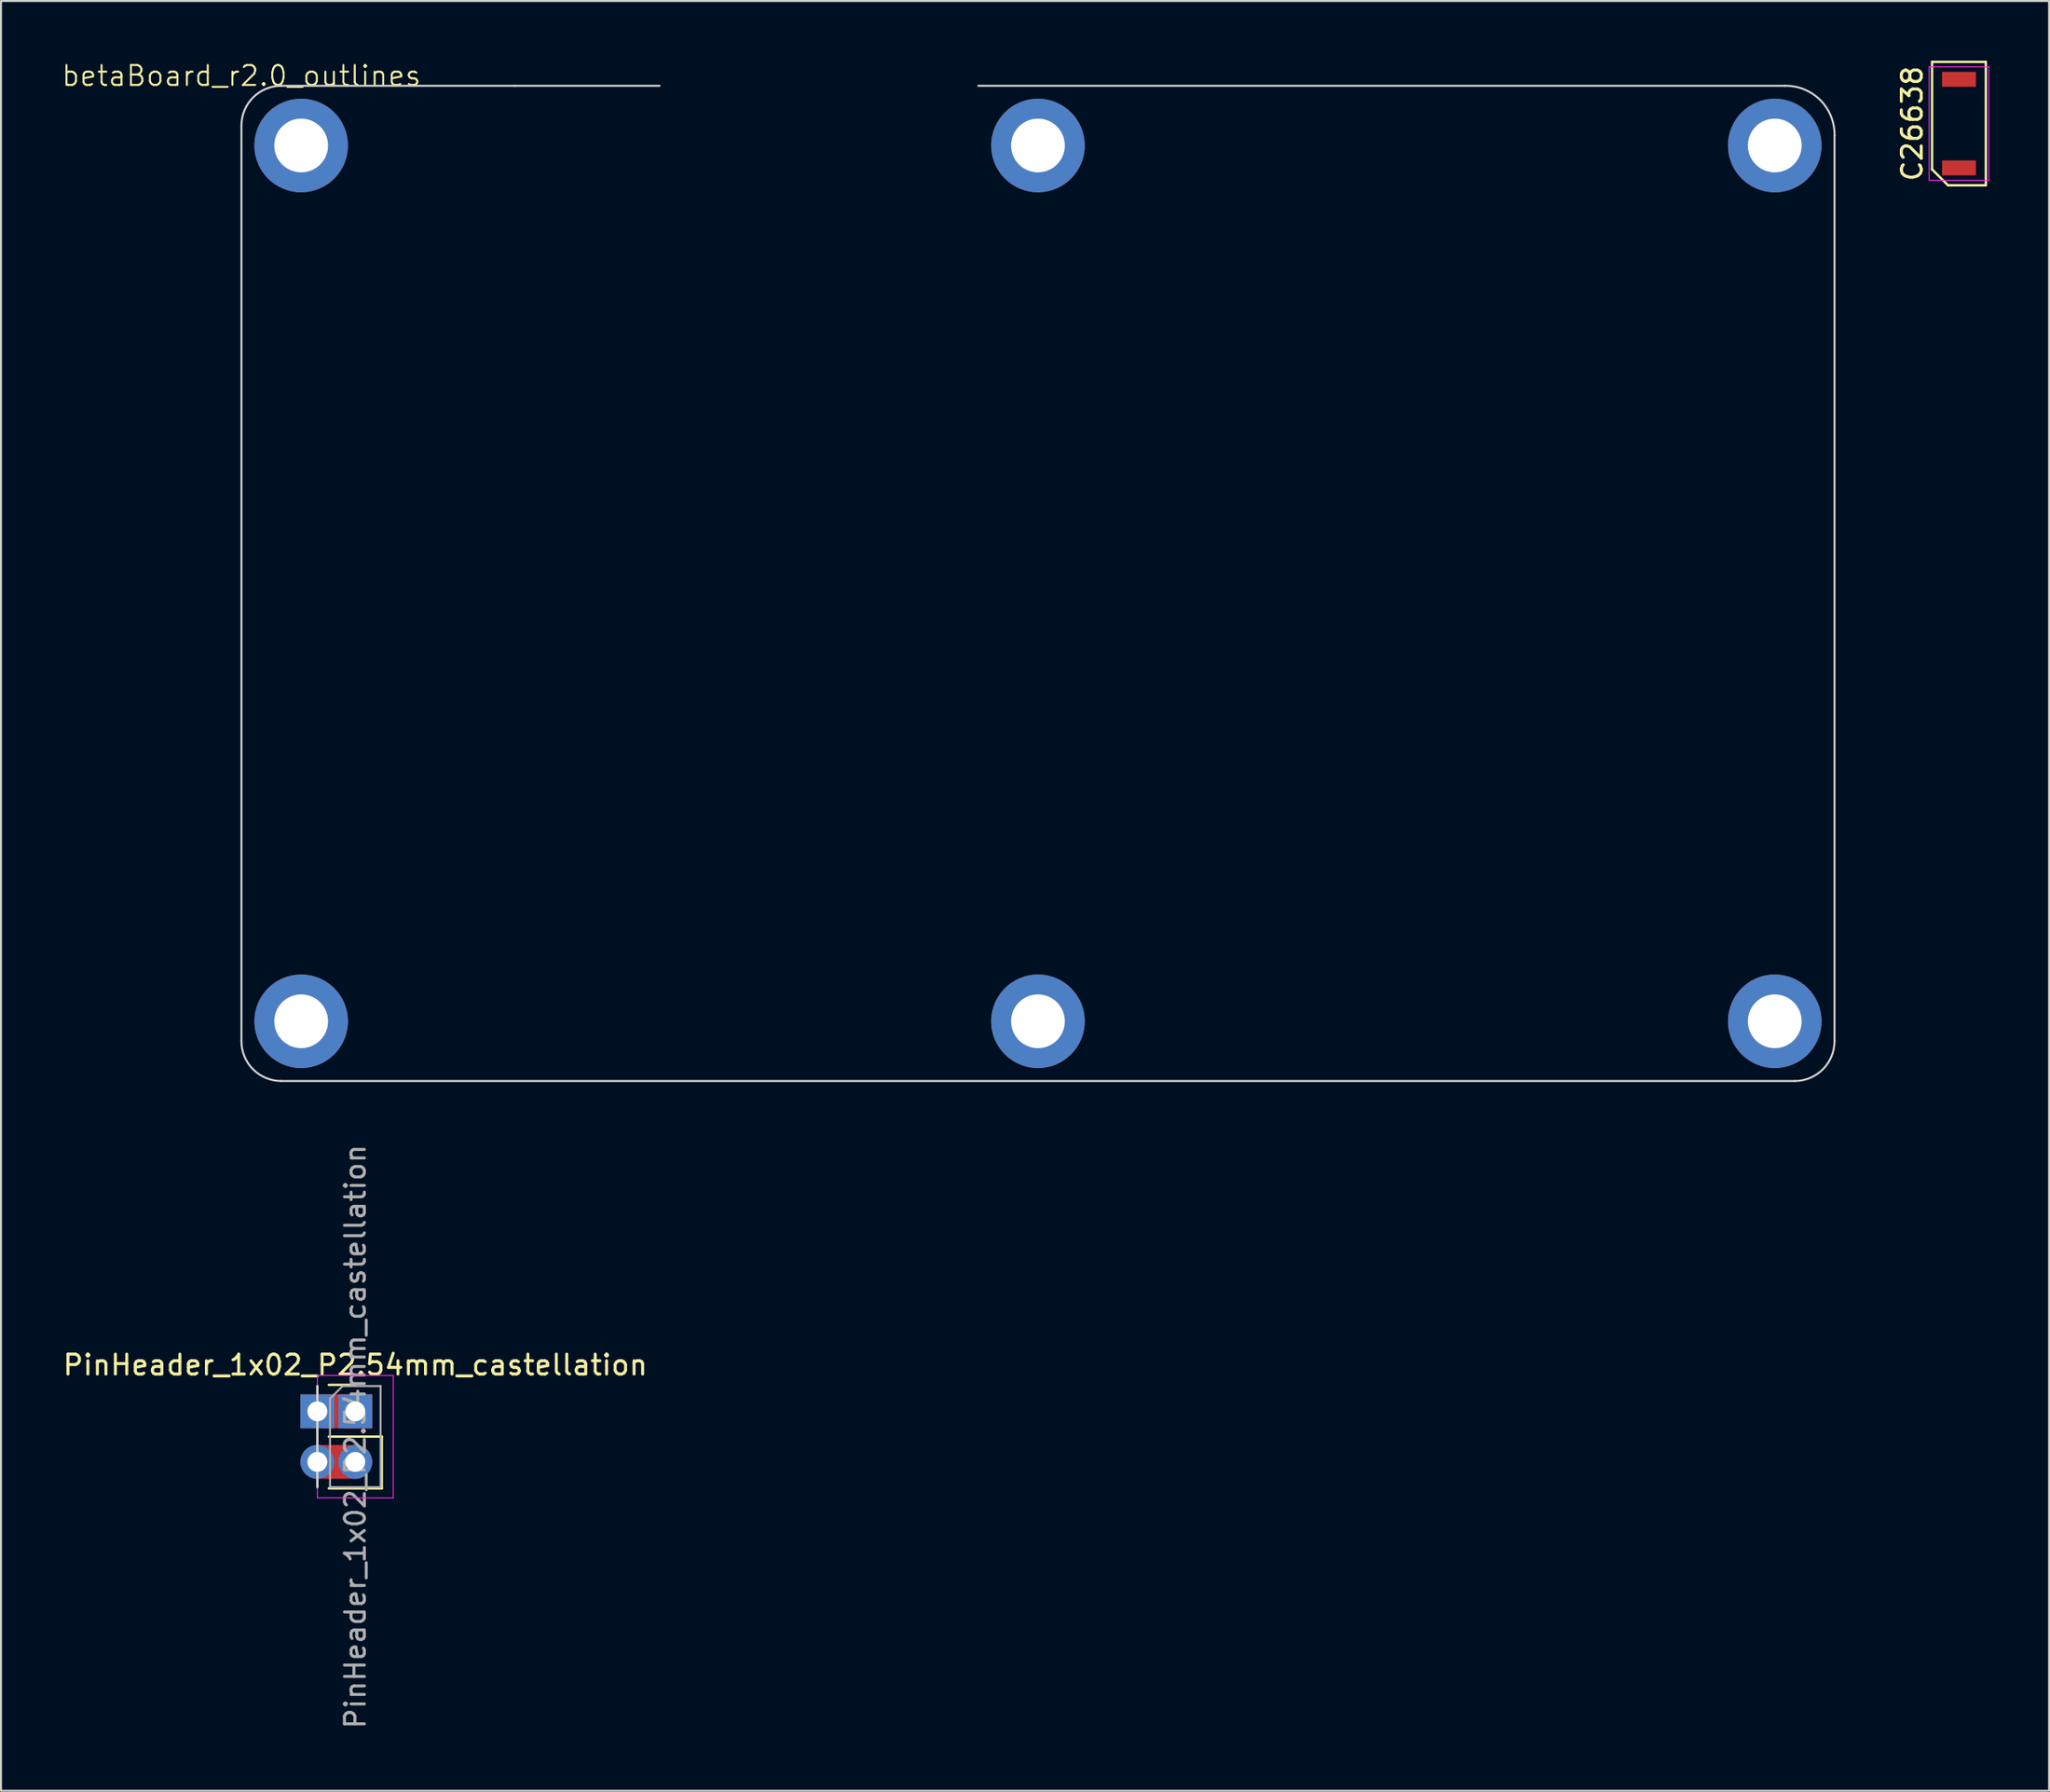
<source format=kicad_pcb>
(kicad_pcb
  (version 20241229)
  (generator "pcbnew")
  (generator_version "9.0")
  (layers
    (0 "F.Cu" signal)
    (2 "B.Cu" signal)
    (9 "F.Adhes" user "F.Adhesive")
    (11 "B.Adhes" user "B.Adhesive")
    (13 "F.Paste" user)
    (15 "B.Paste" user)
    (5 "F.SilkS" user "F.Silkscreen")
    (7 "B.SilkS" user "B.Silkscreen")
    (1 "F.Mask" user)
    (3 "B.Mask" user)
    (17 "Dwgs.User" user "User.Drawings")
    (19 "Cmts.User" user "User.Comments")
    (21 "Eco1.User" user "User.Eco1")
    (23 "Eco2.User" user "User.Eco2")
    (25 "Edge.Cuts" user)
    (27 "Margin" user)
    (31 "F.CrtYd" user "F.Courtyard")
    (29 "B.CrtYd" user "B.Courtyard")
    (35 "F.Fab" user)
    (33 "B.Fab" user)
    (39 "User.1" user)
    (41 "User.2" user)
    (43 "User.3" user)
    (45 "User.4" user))
  (footprint "betaBoard_r2.0_outlines"
    (layer "F.Cu")
    (at 9.074 1.26)
    (property "Reference" "betaBoard_r2.0_outlines" (at 0 -0.5 0) (unlocked yes) (layer "F.SilkS") (effects (font (size 1 1) (thickness 0.1))))
    (fp_line (start 0 48) (end 0 2) (stroke (width 0.1) (type solid)) (layer "Edge.Cuts"))
    (fp_line (start 2 0) (end 13.742 0) (stroke (width 0.1) (type solid)) (layer "Edge.Cuts"))
    (fp_line (start 13.742 0) (end 21 0) (stroke (width 0.1) (type solid)) (layer "Edge.Cuts"))
    (fp_line (start 37 0) (end 77.503 0) (stroke (width 0.1) (type solid)) (layer "Edge.Cuts"))
    (fp_line (start 78 50) (end 2 50) (stroke (width 0.1) (type solid)) (layer "Edge.Cuts"))
    (fp_line (start 80 2.5) (end 80 48) (stroke (width 0.1) (type solid)) (layer "Edge.Cuts"))
    (fp_arc (start 0 2) (mid 0.585786 0.585786) (end 2 0) (stroke (width 0.1) (type solid)) (layer "Edge.Cuts"))
    (fp_arc (start 2 50) (mid 0.585786 49.414214) (end 0 48) (stroke (width 0.1) (type solid)) (layer "Edge.Cuts"))
    (fp_arc (start 77.502643 0) (mid 79.286007 0.716653) (end 80.002643 2.5) (stroke (width 0.1) (type solid)) (layer "Edge.Cuts"))
    (fp_arc (start 80 48) (mid 79.414214 49.414214) (end 78 50) (stroke (width 0.1) (type solid)) (layer "Edge.Cuts"))
    (fp_line (start 5 42) (end 5 8) (stroke (width 0.15) (type default)) (layer "User.2"))
    (fp_line (start 7 6) (end 14 6) (stroke (width 0.15) (type default)) (layer "User.2"))
    (fp_line (start 14 6) (end 16.5 8) (stroke (width 0.15) (type default)) (layer "User.2"))
    (fp_line (start 16.5 8) (end 19.5 8) (stroke (width 0.15) (type default)) (layer "User.2"))
    (fp_line (start 19.5 8) (end 22.5 11) (stroke (width 0.15) (type default)) (layer "User.2"))
    (fp_line (start 21 0) (end 21 5) (stroke (width 0.15) (type default)) (layer "User.2"))
    (fp_line (start 21 5) (end 23 7) (stroke (width 0.15) (type default)) (layer "User.2"))
    (fp_line (start 22.5 11) (end 31.586 11) (stroke (width 0.15) (type default)) (layer "User.2"))
    (fp_line (start 23 7) (end 34 7) (stroke (width 0.15) (type default)) (layer "User.2"))
    (fp_line (start 31 7) (end 32.5 5.5) (stroke (width 0.15) (type default)) (layer "User.2"))
    (fp_line (start 31.5 44) (end 7 44) (stroke (width 0.15) (type default)) (layer "User.2"))
    (fp_line (start 32.5 5.5) (end 32.5 0) (stroke (width 0.15) (type default)) (layer "User.2"))
    (fp_line (start 33 7) (end 35.5 9.5) (stroke (width 0.15) (type default)) (layer "User.2"))
    (fp_line (start 33.5 12.914) (end 33.5 18) (stroke (width 0.15) (type default)) (layer "User.2"))
    (fp_line (start 33.5 18) (end 33.5 29) (stroke (width 0.15) (type default)) (layer "User.2"))
    (fp_line (start 33.5 18) (end 39.5 18) (stroke (width 0.15) (type default)) (layer "User.2"))
    (fp_line (start 33.5 29) (end 33.5 42) (stroke (width 0.15) (type default)) (layer "User.2"))
    (fp_line (start 33.5 42) (end 33.5 50) (stroke (width 0.15) (type default)) (layer "User.2"))
    (fp_line (start 34 7) (end 37 4) (stroke (width 0.15) (type default)) (layer "User.2"))
    (fp_line (start 35.5 9.5) (end 39.5 9.5) (stroke (width 0.15) (type default)) (layer "User.2"))
    (fp_line (start 36.5 7.5) (end 35 6) (stroke (width 0.15) (type default)) (layer "User.2"))
    (fp_line (start 37 4) (end 37 0) (stroke (width 0.15) (type default)) (layer "User.2"))
    (fp_line (start 39.5 7.5) (end 36.5 7.5) (stroke (width 0.15) (type default)) (layer "User.2"))
    (fp_line (start 39.5 18) (end 39.5 8) (stroke (width 0.15) (type default)) (layer "User.2"))
    (fp_line (start 39.5 18) (end 39.5 29) (stroke (width 0.15) (type default)) (layer "User.2"))
    (fp_line (start 39.5 29) (end 33.5 29) (stroke (width 0.15) (type default)) (layer "User.2"))
    (fp_line (start 39.5 42) (end 39.5 29) (stroke (width 0.15) (type default)) (layer "User.2"))
    (fp_line (start 41.5 6) (end 72 6) (stroke (width 0.15) (type default)) (layer "User.2"))
    (fp_line (start 59.5 8) (end 59.5 22.5) (stroke (width 0.15) (type default)) (layer "User.2"))
    (fp_line (start 67 36.25) (end 67 41.5) (stroke (width 0.15) (type default)) (layer "User.2"))
    (fp_line (start 69 34.25) (end 71.25 34.25) (stroke (width 0.15) (type default)) (layer "User.2"))
    (fp_line (start 69 43.5) (end 71.25 43.5) (stroke (width 0.15) (type default)) (layer "User.2"))
    (fp_line (start 72 24.5) (end 61.5 24.5) (stroke (width 0.15) (type default)) (layer "User.2"))
    (fp_line (start 72 44) (end 41.5 44) (stroke (width 0.15) (type default)) (layer "User.2"))
    (fp_line (start 73.25 36.25) (end 73.25 41.5) (stroke (width 0.15) (type default)) (layer "User.2"))
    (fp_line (start 74 8) (end 74 42) (stroke (width 0.15) (type default)) (layer "User.2"))
    (fp_rect (start 5.75 21.5) (end 11 29.25) (stroke (width 0.15) (type default)) (fill no) (layer "User.2"))
    (fp_rect (start 6.25 39.25) (end 22.75 43) (stroke (width 0.15) (type default)) (fill no) (layer "User.2"))
    (fp_rect (start 6.75 30) (end 10.75 38.75) (stroke (width 0.15) (type default)) (fill no) (layer "User.2"))
    (fp_rect (start 23.75 33.875) (end 27.5 42.5) (stroke (width 0.15) (type default)) (fill no) (layer "User.2"))
    (fp_rect (start 28 33.75) (end 33 41.5) (stroke (width 0.15) (type default)) (fill no) (layer "User.2"))
    (fp_arc (start 5 8) (mid 5.585786 6.585786) (end 7 6) (stroke (width 0.15) (type default)) (layer "User.2"))
    (fp_arc (start 7 44) (mid 5.585786 43.414214) (end 5 42) (stroke (width 0.15) (type default)) (layer "User.2"))
    (fp_arc (start 31.585786 11) (mid 32.939344 11.560656) (end 33.5 12.914214) (stroke (width 0.15) (type default)) (layer "User.2"))
    (fp_arc (start 33.5 42) (mid 32.914214 43.414214) (end 31.5 44) (stroke (width 0.15) (type default)) (layer "User.2"))
    (fp_arc (start 39.5 8) (mid 40.085786 6.585786) (end 41.5 6) (stroke (width 0.15) (type default)) (layer "User.2"))
    (fp_arc (start 41.5 44) (mid 40.085786 43.414214) (end 39.5 42) (stroke (width 0.15) (type default)) (layer "User.2"))
    (fp_arc (start 59.5 8) (mid 60.085786 6.585786) (end 61.5 6) (stroke (width 0.15) (type default)) (layer "User.2"))
    (fp_arc (start 61.5 24.5) (mid 60.085786 23.914214) (end 59.5 22.5) (stroke (width 0.15) (type default)) (layer "User.2"))
    (fp_arc (start 67 36.25) (mid 67.585786 34.835786) (end 69 34.25) (stroke (width 0.15) (type default)) (layer "User.2"))
    (fp_arc (start 69 43.5) (mid 67.585786 42.914214) (end 67 41.5) (stroke (width 0.15) (type default)) (layer "User.2"))
    (fp_arc (start 71.25 34.25) (mid 72.664214 34.835786) (end 73.25 36.25) (stroke (width 0.15) (type default)) (layer "User.2"))
    (fp_arc (start 72 6) (mid 73.414214 6.585786) (end 74 8) (stroke (width 0.15) (type default)) (layer "User.2"))
    (fp_arc (start 73.25 41.5) (mid 72.664214 42.914214) (end 71.25 43.5) (stroke (width 0.15) (type default)) (layer "User.2"))
    (fp_arc (start 74 22.5) (mid 73.414214 23.914214) (end 72 24.5) (stroke (width 0.15) (type default)) (layer "User.2"))
    (fp_arc (start 74 42) (mid 73.414214 43.414214) (end 72 44) (stroke (width 0.15) (type default)) (layer "User.2"))
    (fp_circle (center 30 27.27) (end 31.228 27.27) (stroke (width 0.2) (type default)) (fill no) (layer "User.2"))
    (pad "1" thru_hole circle (at 3 3) (size 4.7 4.7) (drill 2.7) (layers "*.Cu" "*.Mask"))
    (pad "1" thru_hole circle (at 3 47) (size 4.7 4.7) (drill 2.7) (layers "*.Cu" "*.Mask"))
    (pad "1" thru_hole circle (at 40 3) (size 4.7 4.7) (drill 2.7) (layers "*.Cu" "*.Mask"))
    (pad "1" thru_hole circle (at 40 47 45) (size 4.7 4.7) (drill 2.7) (layers "*.Cu" "*.Mask"))
    (pad "1" thru_hole circle (at 77 3 45) (size 4.7 4.7) (drill 2.7) (layers "*.Cu" "*.Mask"))
    (pad "1" thru_hole circle (at 77 47 45) (size 4.7 4.7) (drill 2.7) (layers "*.Cu" "*.Mask")))
  (footprint "C26638"
    (layer "F.Cu")
    (at 95.325 3.16)
    (property "Reference" "C26638" (at -2.35 0 90) (layer "F.SilkS") (effects (font (size 1 1) (thickness 0.15))))
    (attr smd)
    (fp_line (start -1.35 -3.1) (end 1.35 -3.1) (stroke (width 0.12) (type solid)) (layer "F.SilkS"))
    (fp_line (start -1.35 2.3) (end -1.35 -3.1) (stroke (width 0.12) (type solid)) (layer "F.SilkS"))
    (fp_line (start -0.55 3.1) (end -1.35 2.3) (stroke (width 0.12) (type solid)) (layer "F.SilkS"))
    (fp_line (start 1.35 -3.1) (end 1.35 3.1) (stroke (width 0.12) (type solid)) (layer "F.SilkS"))
    (fp_line (start 1.35 3.1) (end -0.55 3.1) (stroke (width 0.12) (type solid)) (layer "F.SilkS"))
    (fp_line (start -1.5 -2.85) (end 1.5 -2.85) (stroke (width 0.05) (type solid)) (layer "F.CrtYd"))
    (fp_line (start -1.5 2.85) (end -1.5 -2.85) (stroke (width 0.05) (type solid)) (layer "F.CrtYd"))
    (fp_line (start 1.5 -2.85) (end 1.5 2.85) (stroke (width 0.05) (type solid)) (layer "F.CrtYd"))
    (fp_line (start 1.5 2.85) (end -1.5 2.85) (stroke (width 0.05) (type solid)) (layer "F.CrtYd"))
    (pad "1" smd rect (at 0 2.225) (size 1.7 0.75) (layers "F.Cu" "F.Mask" "F.Paste"))
    (pad "2" smd rect (at 0 -2.225) (size 1.7 0.75) (layers "F.Cu" "F.Mask" "F.Paste")))
  (footprint "PinHeader_1x02_P2.54mm_castellation"
    (layer "F.Cu")
    (at 12.887 67.857)
    (property "Reference" "PinHeader_1x02_P2.54mm_castellation" (at 1.905 -2.33 0) (layer "F.SilkS") (effects (font (size 1 1) (thickness 0.15))))
    (attr through_hole)
    (fp_line (start 0.575 -1.33) (end 1.905 -1.33) (stroke (width 0.12) (type solid)) (layer "F.SilkS"))
    (fp_line (start 0.575 1.27) (end 3.235 1.27) (stroke (width 0.12) (type solid)) (layer "F.SilkS"))
    (fp_line (start 0.575 3.87) (end 3.235 3.87) (stroke (width 0.12) (type solid)) (layer "F.SilkS"))
    (fp_line (start 3.235 1.27) (end 3.235 3.87) (stroke (width 0.12) (type solid)) (layer "F.SilkS"))
    (fp_line (start 0 -1.27) (end 0 3.81) (stroke (width 0.12) (type solid)) (layer "Edge.Cuts"))
    (fp_line (start 0 -1.805) (end 0 4.345) (stroke (width 0.05) (type solid)) (layer "F.CrtYd"))
    (fp_line (start 0 4.345) (end 3.81 4.35) (stroke (width 0.05) (type solid)) (layer "F.CrtYd"))
    (fp_line (start 3.81 -1.8) (end 0 -1.805) (stroke (width 0.05) (type solid)) (layer "F.CrtYd"))
    (fp_line (start 3.81 4.35) (end 3.81 -1.8) (stroke (width 0.05) (type solid)) (layer "F.CrtYd"))
    (fp_line (start 0.635 -0.635) (end 1.27 -1.27) (stroke (width 0.1) (type solid)) (layer "F.Fab"))
    (fp_line (start 0.635 3.81) (end 0.635 -0.635) (stroke (width 0.1) (type solid)) (layer "F.Fab"))
    (fp_line (start 1.27 -1.27) (end 3.175 -1.27) (stroke (width 0.1) (type solid)) (layer "F.Fab"))
    (fp_line (start 3.175 -1.27) (end 3.175 3.81) (stroke (width 0.1) (type solid)) (layer "F.Fab"))
    (fp_line (start 3.175 3.81) (end 0.635 3.81) (stroke (width 0.1) (type solid)) (layer "F.Fab"))
    (fp_text user "${REFERENCE}" (at 1.905 1.27 90) (layer "F.Fab") (effects (font (size 1 1) (thickness 0.15))))
    (pad "1" thru_hole rect (at 0 0) (size 1.7 1.7) (drill 1) (layers "*.Cu" "*.Mask"))
    (pad "1" smd rect (at 1.504 0) (size 2.501 1.7) (layers "F.Cu" "F.Mask"))
    (pad "1" thru_hole rect (at 1.905 0) (size 1.7 1.7) (drill 1) (layers "*.Cu" "*.Mask"))
    (pad "2" thru_hole oval (at 0 2.54) (size 1.7 1.7) (drill 1) (layers "*.Cu" "*.Mask"))
    (pad "2" smd rect (at 0.965 2.54) (size 1.88 1.7) (layers "F.Cu" "F.Mask"))
    (pad "2" thru_hole oval (at 1.905 2.54) (size 1.7 1.7) (drill 1) (layers "*.Cu" "*.Mask")))
  (gr_rect
    (start -3 -3)
    (end 99.85 86.919)
    (stroke (width 0.1) (type default))
    (fill no)
    (layer "Edge.Cuts")))
</source>
